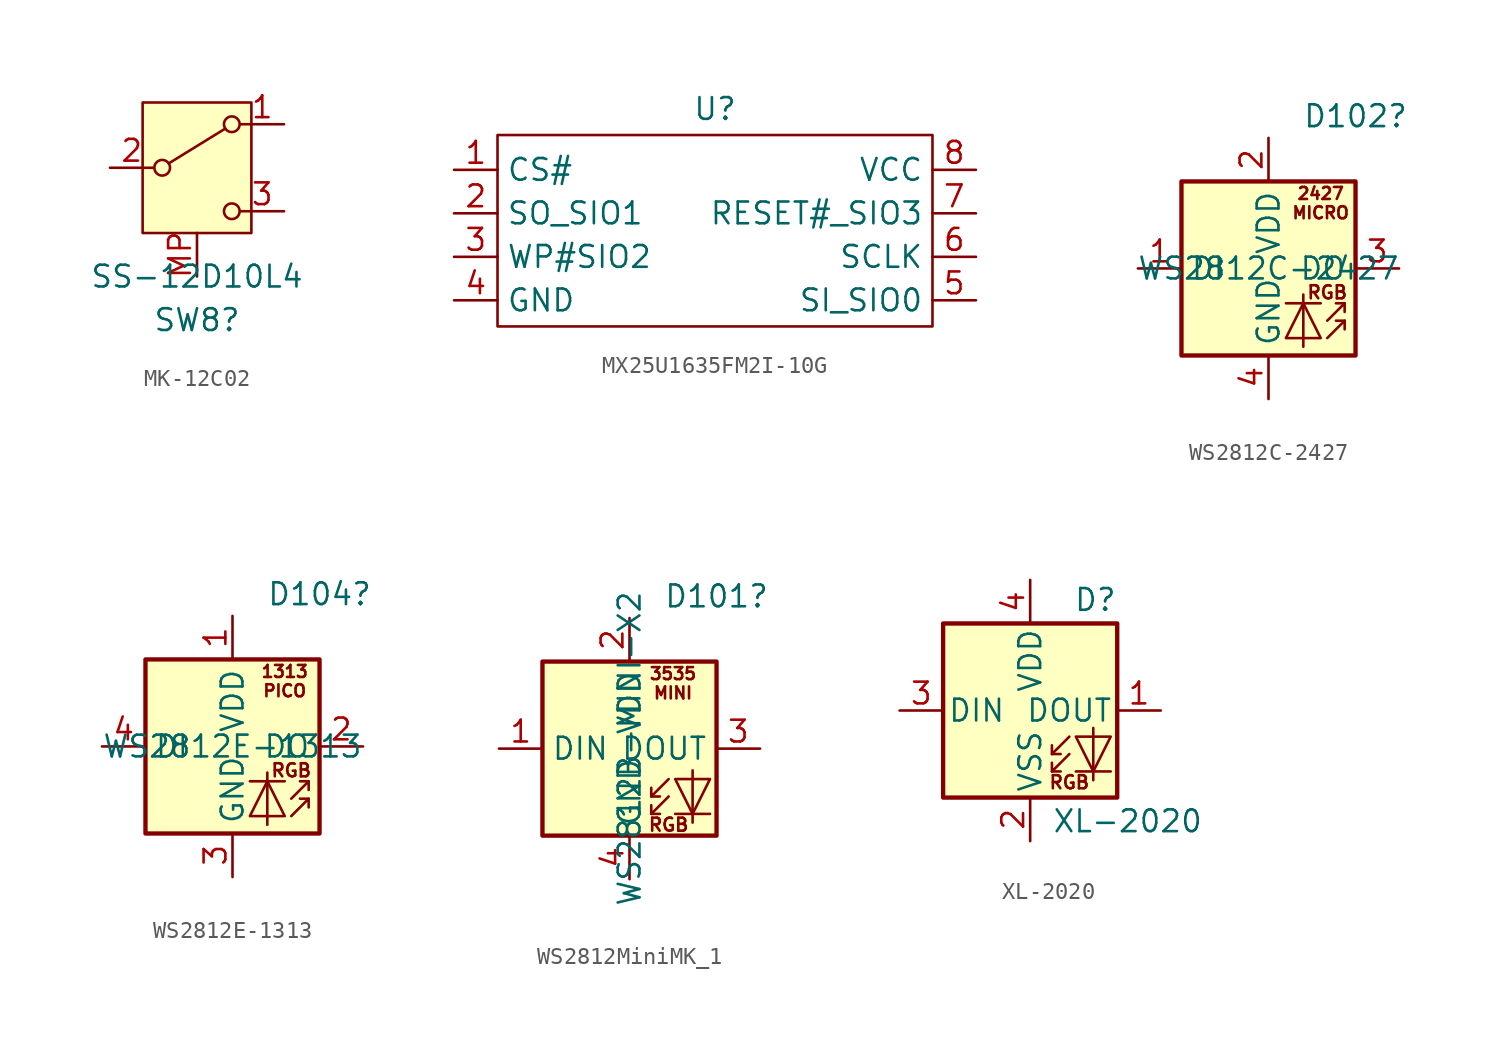
<source format=kicad_sym>
(kicad_symbol_lib
  (version 20231120)
  (generator "kicad_symbol_editor")
  (generator_version "8.0")
  (symbol "MK-12C02"
    (pin_names
      (offset 0) hide)
    (property "Reference" "SW8"
      (at 0 -8.89 0)
      (effects (font (size 1.27 1.27))))
    (property "Value" "SS-12D10L4"
      (at 0 -6.35 0)
      (effects (font (size 1.27 1.27))))
    (symbol "MK-12C02_0_1"
      (circle (center -2.032 0) (radius 0.457) (stroke (width 0) (type default)) (fill (type none)))
      (polyline (pts (xy -1.651 0.254) (xy 1.651 2.286)) (stroke (width 0) (type default)) (fill (type none)))
      (circle (center 2.032 -2.54) (radius 0.457) (stroke (width 0) (type default)) (fill (type none)))
      (circle (center 2.032 2.54) (radius 0.457) (stroke (width 0) (type default)) (fill (type none))))
    (symbol "MK-12C02_1_1"
      (rectangle (start -3.175 3.81) (end 3.175 -3.81) (stroke (width 0) (type default)) (fill (type background)))
      (pin passive line (at 5.08 2.54 180) (length 2.54) (name "A" (effects (font (size 1.27 1.27)))) (number "1" (effects (font (size 1.27 1.27)))))
      (pin passive line (at -5.08 0 0) (length 2.54) (name "B" (effects (font (size 1.27 1.27)))) (number "2" (effects (font (size 1.27 1.27)))))
      (pin passive line (at 5.08 -2.54 180) (length 2.54) (name "C" (effects (font (size 1.27 1.27)))) (number "3" (effects (font (size 1.27 1.27)))))
      (pin passive line (at 0 -6.35 90) (length 2.54) (name "MP" (effects (font (size 1.27 1.27)))) (number "MP" (effects (font (size 1.27 1.27)))))))
  (symbol "MX25U1635FM2I-10G"
    (property "Reference" "U"
      (at 0 6.096 0)
      (effects (font (size 1.27 1.27))))
    (property "Value" ""
      (at 0 0 0)
      (effects (font (size 1.27 1.27))))
    (symbol "MX25U1635FM2I-10G_0_1"
      (rectangle (start -12.7 4.572) (end 12.7 -6.604) (stroke (width 0) (type default)) (fill (type none))))
    (symbol "MX25U1635FM2I-10G_1_1"
      (pin unspecified line (at -15.24 2.54 0) (length 2.54) (name "CS#" (effects (font (size 1.27 1.27)))) (number "1" (effects (font (size 1.27 1.27)))))
      (pin unspecified line (at -15.24 0 0) (length 2.54) (name "SO_SIO1" (effects (font (size 1.27 1.27)))) (number "2" (effects (font (size 1.27 1.27)))))
      (pin unspecified line (at -15.24 -2.54 0) (length 2.54) (name "WP#SIO2" (effects (font (size 1.27 1.27)))) (number "3" (effects (font (size 1.27 1.27)))))
      (pin power_in line (at -15.24 -5.08 0) (length 2.54) (name "GND" (effects (font (size 1.27 1.27)))) (number "4" (effects (font (size 1.27 1.27)))))
      (pin unspecified line (at 15.24 -5.08 180) (length 2.54) (name "SI_SIO0" (effects (font (size 1.27 1.27)))) (number "5" (effects (font (size 1.27 1.27)))))
      (pin unspecified line (at 15.24 -2.54 180) (length 2.54) (name "SCLK" (effects (font (size 1.27 1.27)))) (number "6" (effects (font (size 1.27 1.27)))))
      (pin unspecified line (at 15.24 0 180) (length 2.54) (name "RESET#_SIO3" (effects (font (size 1.27 1.27)))) (number "7" (effects (font (size 1.27 1.27)))))
      (pin power_in line (at 15.24 2.54 180) (length 2.54) (name "VCC" (effects (font (size 1.27 1.27)))) (number "8" (effects (font (size 1.27 1.27)))))))
  (symbol "WS2812C-2427"
    (property "Reference" "D102"
      (at 5.08 8.89 0)
      (effects (font (size 1.27 1.27))))
    (property "Value" "WS2812C-2427"
      (at 0 0 0)
      (effects (font (size 1.27 1.27))))
    (symbol "WS2812C-2427_0_0"
      (text "RGB" (at 3.429 -1.397 0) (effects (font (size 0.762 0.762)))))
    (symbol "WS2812C-2427_0_1"
      (rectangle (start -5.08 5.08) (end 5.08 -5.08) (stroke (width 0.254) (type default)) (fill (type background)))
      (polyline (pts (xy 1.016 -2.032) (xy 3.048 -2.032)) (stroke (width 0) (type default)) (fill (type none)))
      (polyline (pts (xy 4.445 -3.048) (xy 3.937 -3.048)) (stroke (width 0) (type default)) (fill (type none)))
      (polyline (pts (xy 4.445 -2.032) (xy 3.937 -2.032)) (stroke (width 0) (type default)) (fill (type none)))
      (polyline (pts (xy 2.032 -4.572) (xy 2.032 -2.032) (xy 2.032 -1.524)) (stroke (width 0) (type default)) (fill (type none)))
      (polyline (pts (xy 3.429 -4.064) (xy 4.445 -3.048) (xy 4.445 -3.556)) (stroke (width 0) (type default)) (fill (type none)))
      (polyline (pts (xy 3.429 -3.048) (xy 4.445 -2.032) (xy 4.445 -2.54)) (stroke (width 0) (type default)) (fill (type none)))
      (polyline (pts (xy 1.016 -4.064) (xy 3.048 -4.064) (xy 2.032 -2.032) (xy 1.016 -4.064)) (stroke (width 0) (type default)) (fill (type none))))
    (symbol "WS2812C-2427_1_1"
      (text "2427\nMICRO" (at 3.048 3.81 0) (effects (font (size 0.7 0.7))))
      (pin input line (at -7.62 0 0) (length 2.54) (name "DI" (effects (font (size 1.27 1.27)))) (number "1" (effects (font (size 1.27 1.27)))))
      (pin power_in line (at 0 7.62 270) (length 2.54) (name "VDD" (effects (font (size 1.27 1.27)))) (number "2" (effects (font (size 1.27 1.27)))))
      (pin output line (at 7.62 0 180) (length 2.54) (name "DO" (effects (font (size 1.27 1.27)))) (number "3" (effects (font (size 1.27 1.27)))))
      (pin passive line (at 0 -7.62 90) (length 2.54) (name "GND" (effects (font (size 1.27 1.27)))) (number "4" (effects (font (size 1.27 1.27)))))))
  (symbol "WS2812E-1313"
    (property "Reference" "D104"
      (at 5.08 8.89 0)
      (effects (font (size 1.27 1.27))))
    (property "Value" "WS2812E-1313"
      (at 0 0 0)
      (effects (font (size 1.27 1.27))))
    (symbol "WS2812E-1313_0_0"
      (text "RGB" (at 3.429 -1.397 0) (effects (font (size 0.762 0.762)))))
    (symbol "WS2812E-1313_0_1"
      (rectangle (start -5.08 5.08) (end 5.08 -5.08) (stroke (width 0.254) (type default)) (fill (type background)))
      (polyline (pts (xy 1.016 -2.032) (xy 3.048 -2.032)) (stroke (width 0) (type default)) (fill (type none)))
      (polyline (pts (xy 4.445 -3.048) (xy 3.937 -3.048)) (stroke (width 0) (type default)) (fill (type none)))
      (polyline (pts (xy 4.445 -2.032) (xy 3.937 -2.032)) (stroke (width 0) (type default)) (fill (type none)))
      (polyline (pts (xy 2.032 -4.572) (xy 2.032 -2.032) (xy 2.032 -1.524)) (stroke (width 0) (type default)) (fill (type none)))
      (polyline (pts (xy 3.429 -4.064) (xy 4.445 -3.048) (xy 4.445 -3.556)) (stroke (width 0) (type default)) (fill (type none)))
      (polyline (pts (xy 3.429 -3.048) (xy 4.445 -2.032) (xy 4.445 -2.54)) (stroke (width 0) (type default)) (fill (type none)))
      (polyline (pts (xy 1.016 -4.064) (xy 3.048 -4.064) (xy 2.032 -2.032) (xy 1.016 -4.064)) (stroke (width 0) (type default)) (fill (type none))))
    (symbol "WS2812E-1313_1_1"
      (text "1313\nPICO" (at 3.048 3.81 0) (effects (font (size 0.7 0.7))))
      (pin power_in line (at 0 7.62 270) (length 2.54) (name "VDD" (effects (font (size 1.27 1.27)))) (number "1" (effects (font (size 1.27 1.27)))))
      (pin output line (at 7.62 0 180) (length 2.54) (name "DO" (effects (font (size 1.27 1.27)))) (number "2" (effects (font (size 1.27 1.27)))))
      (pin passive line (at 0 -7.62 90) (length 2.54) (name "GND" (effects (font (size 1.27 1.27)))) (number "3" (effects (font (size 1.27 1.27)))))
      (pin input line (at -7.62 0 0) (length 2.54) (name "DI" (effects (font (size 1.27 1.27)))) (number "4" (effects (font (size 1.27 1.27)))))))
  (symbol "WS2812MiniMK_1"
    (property "Reference" "D101"
      (at 5.08 8.89 0)
      (effects (font (size 1.27 1.27))))
    (property "Value" "WS2812B-MINI-X2"
      (at 0 0 90)
      (effects (font (size 1.27 1.27))))
    (symbol "WS2812MiniMK_1_0_0"
      (text "RGB" (at 2.286 -4.445 0) (effects (font (size 0.762 0.762)))))
    (symbol "WS2812MiniMK_1_0_1"
      (rectangle (start -5.08 5.08) (end 5.08 -5.08) (stroke (width 0.254) (type default)) (fill (type background)))
      (polyline (pts (xy 1.27 -3.81) (xy 1.778 -3.81)) (stroke (width 0) (type default)) (fill (type none)))
      (polyline (pts (xy 1.27 -2.794) (xy 1.778 -2.794)) (stroke (width 0) (type default)) (fill (type none)))
      (polyline (pts (xy 4.699 -3.81) (xy 2.667 -3.81)) (stroke (width 0) (type default)) (fill (type none)))
      (polyline (pts (xy 2.286 -2.794) (xy 1.27 -3.81) (xy 1.27 -3.302)) (stroke (width 0) (type default)) (fill (type none)))
      (polyline (pts (xy 2.286 -1.778) (xy 1.27 -2.794) (xy 1.27 -2.286)) (stroke (width 0) (type default)) (fill (type none)))
      (polyline (pts (xy 3.683 -1.27) (xy 3.683 -3.81) (xy 3.683 -4.318)) (stroke (width 0) (type default)) (fill (type none)))
      (polyline (pts (xy 4.699 -1.778) (xy 2.667 -1.778) (xy 3.683 -3.81) (xy 4.699 -1.778)) (stroke (width 0) (type default)) (fill (type none))))
    (symbol "WS2812MiniMK_1_1_1"
      (text "3535\nMINI" (at 2.54 3.81 0) (effects (font (size 0.7 0.7))))
      (pin input line (at -7.62 0 0) (length 2.54) (name "DIN" (effects (font (size 1.27 1.27)))) (number "1" (effects (font (size 1.27 1.27)))))
      (pin power_in line (at 0 7.62 270) (length 2.54) (name "VDD" (effects (font (size 1.27 1.27)))) (number "2" (effects (font (size 1.27 1.27)))))
      (pin output line (at 7.62 0 180) (length 2.54) (name "DOUT" (effects (font (size 1.27 1.27)))) (number "3" (effects (font (size 1.27 1.27)))))
      (pin passive line (at 0 -7.62 90) (length 2.54) (name "GND" (effects (font (size 1.27 1.27)))) (number "4" (effects (font (size 1.27 1.27)))))))
  (symbol "XL-2020"
    (pin_names
      (offset 0.254))
    (property "Reference" "D"
      (at 5.08 5.715 0)
      (effects (font (size 1.27 1.27)) (justify right bottom)))
    (property "Value" "XL-2020"
      (at 1.27 -5.715 0)
      (effects (font (size 1.27 1.27)) (justify left top)))
    (symbol "XL-2020_0_0"
      (text "RGB" (at 2.286 -4.191 0) (effects (font (size 0.762 0.762)))))
    (symbol "XL-2020_0_1"
      (polyline (pts (xy 1.27 -3.556) (xy 1.778 -3.556)) (stroke (width 0) (type default)) (fill (type none)))
      (polyline (pts (xy 1.27 -2.54) (xy 1.778 -2.54)) (stroke (width 0) (type default)) (fill (type none)))
      (polyline (pts (xy 4.699 -3.556) (xy 2.667 -3.556)) (stroke (width 0) (type default)) (fill (type none)))
      (polyline (pts (xy 2.286 -2.54) (xy 1.27 -3.556) (xy 1.27 -3.048)) (stroke (width 0) (type default)) (fill (type none)))
      (polyline (pts (xy 2.286 -1.524) (xy 1.27 -2.54) (xy 1.27 -2.032)) (stroke (width 0) (type default)) (fill (type none)))
      (polyline (pts (xy 3.683 -1.016) (xy 3.683 -3.556) (xy 3.683 -4.064)) (stroke (width 0) (type default)) (fill (type none)))
      (polyline (pts (xy 4.699 -1.524) (xy 2.667 -1.524) (xy 3.683 -3.556) (xy 4.699 -1.524)) (stroke (width 0) (type default)) (fill (type none)))
      (rectangle (start 5.08 5.08) (end -5.08 -5.08) (stroke (width 0.254) (type default)) (fill (type background))))
    (symbol "XL-2020_1_1"
      (pin output line (at 7.62 0 180) (length 2.54) (name "DOUT" (effects (font (size 1.27 1.27)))) (number "1" (effects (font (size 1.27 1.27)))))
      (pin power_in line (at 0 -7.62 90) (length 2.54) (name "VSS" (effects (font (size 1.27 1.27)))) (number "2" (effects (font (size 1.27 1.27)))))
      (pin input line (at -7.62 0 0) (length 2.54) (name "DIN" (effects (font (size 1.27 1.27)))) (number "3" (effects (font (size 1.27 1.27)))))
      (pin power_in line (at 0 7.62 270) (length 2.54) (name "VDD" (effects (font (size 1.27 1.27)))) (number "4" (effects (font (size 1.27 1.27))))))))
</source>
